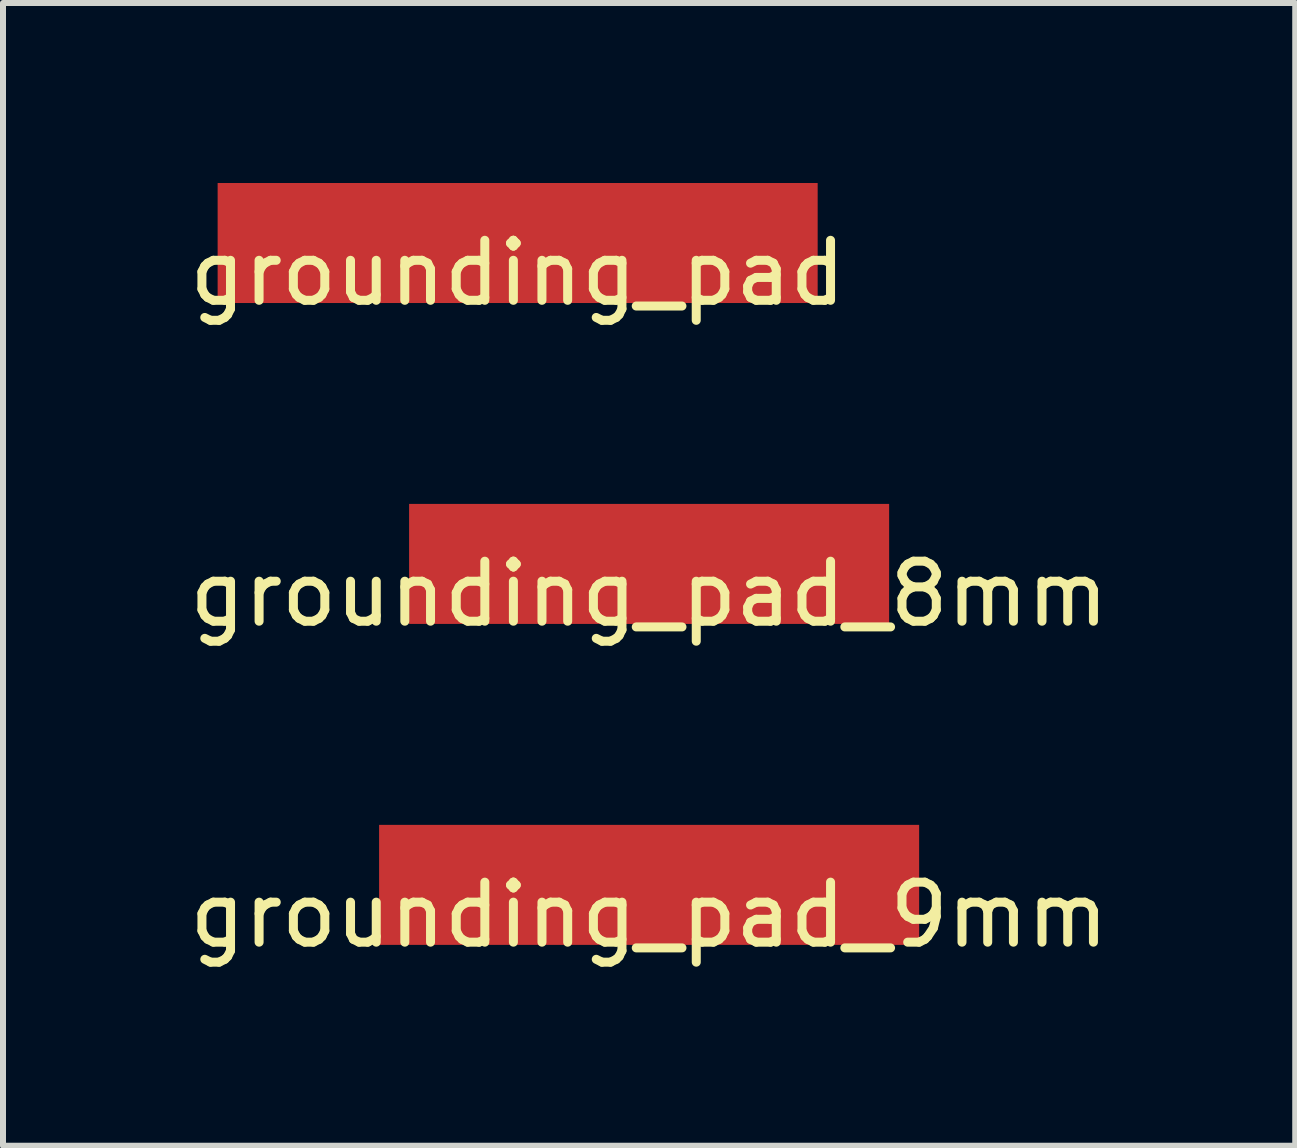
<source format=kicad_pcb>
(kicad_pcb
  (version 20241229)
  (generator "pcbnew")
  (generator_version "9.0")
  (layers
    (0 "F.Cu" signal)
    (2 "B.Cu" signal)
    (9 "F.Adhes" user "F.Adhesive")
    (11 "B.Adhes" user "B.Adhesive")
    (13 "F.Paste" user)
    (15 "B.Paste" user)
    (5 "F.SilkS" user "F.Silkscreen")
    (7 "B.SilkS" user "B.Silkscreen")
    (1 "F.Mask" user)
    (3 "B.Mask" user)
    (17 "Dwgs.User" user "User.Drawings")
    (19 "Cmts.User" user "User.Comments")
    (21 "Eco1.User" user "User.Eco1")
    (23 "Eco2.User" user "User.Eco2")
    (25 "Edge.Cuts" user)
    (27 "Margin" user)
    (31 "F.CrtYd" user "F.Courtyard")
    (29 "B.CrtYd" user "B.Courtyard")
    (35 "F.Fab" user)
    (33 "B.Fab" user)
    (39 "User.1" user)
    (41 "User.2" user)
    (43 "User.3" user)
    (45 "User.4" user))
  (footprint "grounding_pad_9mm"
    (layer "F.Cu")
    (at 7.768 11.697)
    (property "Reference" "grounding_pad_9mm" (at 0 0.5 0) (layer "F.SilkS") (effects (font (size 1 1) (thickness 0.15))))
    (attr through_hole)
    (pad "1" smd custom (at 0 0) (size 9 2) (layers "F.Cu" "F.Mask" "F.Paste") (options (anchor rect)) (primitives)))
  (footprint "grounding_pad"
    (layer "F.Cu")
    (at 5.577 1)
    (property "Reference" "grounding_pad" (at 0 0.5 0) (layer "F.SilkS") (effects (font (size 1 1) (thickness 0.15))))
    (attr through_hole)
    (pad "1" smd custom (at 0 0) (size 10 2) (layers "F.Cu" "F.Mask" "F.Paste") (options (anchor rect)) (primitives)))
  (footprint "grounding_pad_8mm"
    (layer "F.Cu")
    (at 7.768 6.348)
    (property "Reference" "grounding_pad_8mm" (at 0 0.5 0) (layer "F.SilkS") (effects (font (size 1 1) (thickness 0.15))))
    (attr through_hole)
    (pad "1" smd custom (at 0 0) (size 8 2) (layers "F.Cu" "F.Mask" "F.Paste") (options (anchor rect)) (primitives)))
  (gr_rect
    (start -3 -3)
    (end 18.536 16.045)
    (stroke (width 0.1) (type default))
    (fill no)
    (layer "Edge.Cuts")))
</source>
